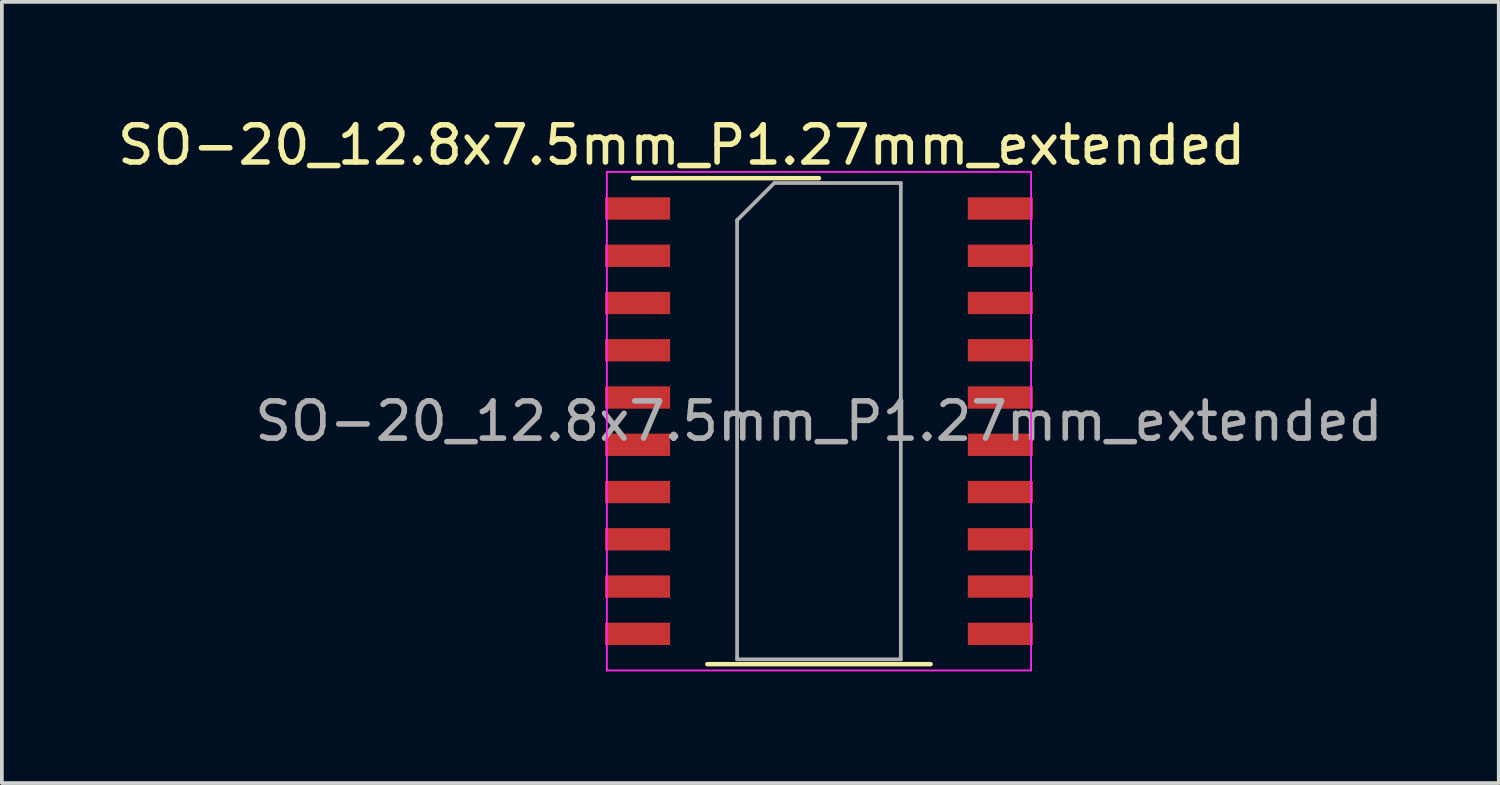
<source format=kicad_pcb>
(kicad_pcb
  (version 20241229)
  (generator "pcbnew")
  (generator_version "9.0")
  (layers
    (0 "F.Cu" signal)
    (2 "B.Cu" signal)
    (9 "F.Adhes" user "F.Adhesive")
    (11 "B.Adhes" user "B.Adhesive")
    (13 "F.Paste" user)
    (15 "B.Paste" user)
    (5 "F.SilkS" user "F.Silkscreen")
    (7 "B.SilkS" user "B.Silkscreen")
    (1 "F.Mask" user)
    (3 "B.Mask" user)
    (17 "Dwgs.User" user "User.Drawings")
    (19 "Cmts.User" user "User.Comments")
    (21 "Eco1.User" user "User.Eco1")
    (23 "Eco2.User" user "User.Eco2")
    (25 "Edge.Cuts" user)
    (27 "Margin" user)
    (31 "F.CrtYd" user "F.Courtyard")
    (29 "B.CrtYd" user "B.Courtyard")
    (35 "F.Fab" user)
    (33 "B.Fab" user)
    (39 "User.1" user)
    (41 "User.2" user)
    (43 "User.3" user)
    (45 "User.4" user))
  (footprint "SO-20_12.8x7.5mm_P1.27mm_extended"
    (layer "F.Cu")
    (at 18.958 8.268)
    (property "Reference" "SO-20_12.8x7.5mm_P1.27mm_extended" (at -3.69 -7.42 180) (layer "F.SilkS") (effects (font (size 1 1) (thickness 0.15))))
    (attr smd)
    (fp_line (start -5 -6.53) (end 0 -6.53) (stroke (width 0.12) (type solid)) (layer "F.SilkS"))
    (fp_line (start -3 6.53) (end 3 6.53) (stroke (width 0.12) (type solid)) (layer "F.SilkS"))
    (fp_line (start -5.7 -6.7) (end 5.7 -6.7) (stroke (width 0.05) (type solid)) (layer "F.CrtYd"))
    (fp_line (start -5.7 6.7) (end -5.7 -6.7) (stroke (width 0.05) (type solid)) (layer "F.CrtYd"))
    (fp_line (start 5.7 -6.7) (end 5.7 6.7) (stroke (width 0.05) (type solid)) (layer "F.CrtYd"))
    (fp_line (start 5.7 6.7) (end -5.7 6.7) (stroke (width 0.05) (type solid)) (layer "F.CrtYd"))
    (fp_line (start -2.2 -5.4) (end -1.2 -6.4) (stroke (width 0.1) (type solid)) (layer "F.Fab"))
    (fp_line (start -2.2 6.4) (end -2.2 -5.4) (stroke (width 0.1) (type solid)) (layer "F.Fab"))
    (fp_line (start -1.2 -6.4) (end 2.2 -6.4) (stroke (width 0.1) (type solid)) (layer "F.Fab"))
    (fp_line (start 2.2 -6.4) (end 2.2 6.4) (stroke (width 0.1) (type solid)) (layer "F.Fab"))
    (fp_line (start 2.2 6.4) (end -2.2 6.4) (stroke (width 0.1) (type solid)) (layer "F.Fab"))
    (fp_text user "${REFERENCE}" (at 0 0 180) (layer "F.Fab") (effects (font (size 1 1) (thickness 0.15))))
    (pad "1" smd rect (at -4.875 -5.715) (size 1.75 0.6) (layers "F.Cu" "F.Mask" "F.Paste"))
    (pad "2" smd rect (at -4.875 -4.445) (size 1.75 0.6) (layers "F.Cu" "F.Mask" "F.Paste"))
    (pad "3" smd rect (at -4.875 -3.175) (size 1.75 0.6) (layers "F.Cu" "F.Mask" "F.Paste"))
    (pad "4" smd rect (at -4.875 -1.905) (size 1.75 0.6) (layers "F.Cu" "F.Mask" "F.Paste"))
    (pad "5" smd rect (at -4.875 -0.635) (size 1.75 0.6) (layers "F.Cu" "F.Mask" "F.Paste"))
    (pad "6" smd rect (at -4.875 0.635) (size 1.75 0.6) (layers "F.Cu" "F.Mask" "F.Paste"))
    (pad "7" smd rect (at -4.875 1.905) (size 1.75 0.6) (layers "F.Cu" "F.Mask" "F.Paste"))
    (pad "8" smd rect (at -4.875 3.175) (size 1.75 0.6) (layers "F.Cu" "F.Mask" "F.Paste"))
    (pad "9" smd rect (at -4.875 4.445) (size 1.75 0.6) (layers "F.Cu" "F.Mask" "F.Paste"))
    (pad "10" smd rect (at -4.875 5.715) (size 1.75 0.6) (layers "F.Cu" "F.Mask" "F.Paste"))
    (pad "11" smd rect (at 4.875 5.715) (size 1.75 0.6) (layers "F.Cu" "F.Mask" "F.Paste"))
    (pad "12" smd rect (at 4.875 4.445) (size 1.75 0.6) (layers "F.Cu" "F.Mask" "F.Paste"))
    (pad "13" smd rect (at 4.875 3.175) (size 1.75 0.6) (layers "F.Cu" "F.Mask" "F.Paste"))
    (pad "14" smd rect (at 4.875 1.905) (size 1.75 0.6) (layers "F.Cu" "F.Mask" "F.Paste"))
    (pad "15" smd rect (at 4.875 0.635) (size 1.75 0.6) (layers "F.Cu" "F.Mask" "F.Paste"))
    (pad "16" smd rect (at 4.875 -0.635) (size 1.75 0.6) (layers "F.Cu" "F.Mask" "F.Paste"))
    (pad "17" smd rect (at 4.875 -1.905) (size 1.75 0.6) (layers "F.Cu" "F.Mask" "F.Paste"))
    (pad "18" smd rect (at 4.875 -3.175) (size 1.75 0.6) (layers "F.Cu" "F.Mask" "F.Paste"))
    (pad "19" smd rect (at 4.875 -4.445) (size 1.75 0.6) (layers "F.Cu" "F.Mask" "F.Paste"))
    (pad "20" smd rect (at 4.875 -5.715) (size 1.75 0.6) (layers "F.Cu" "F.Mask" "F.Paste")))
  (gr_rect
    (start -3 -3)
    (end 37.226 17.993)
    (stroke (width 0.1) (type default))
    (fill no)
    (layer "Edge.Cuts")))
</source>
